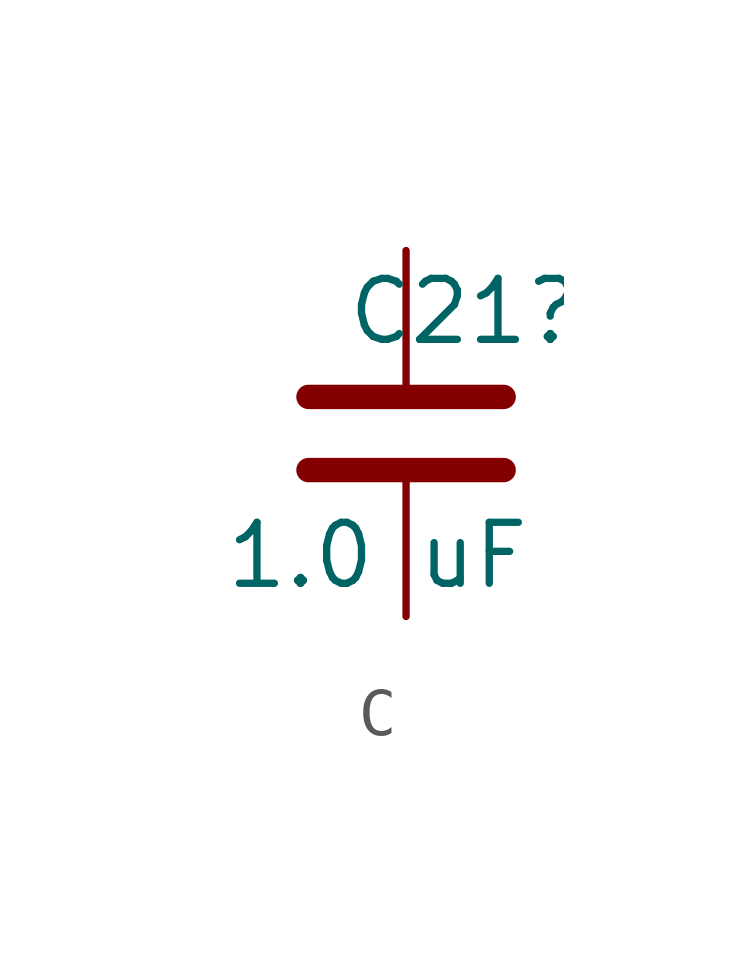
<source format=kicad_sym>
(kicad_symbol_lib
  (version 20220914)
  (generator kicad_symbol_editor)
  (symbol "C"
    (pin_numbers hide)
    (pin_names
      (offset 0.254))
    (property "Reference" "C21"
      (at -1.27 2.54 0)
      (effects (font (size 1.27 1.27)) (justify left)))
    (property "Value" "1.0 uF"
      (at -3.81 -2.54 0)
      (effects (font (size 1.27 1.27)) (justify left)))
    (symbol "C_0_1"
      (polyline (pts (xy -2.032 -0.762) (xy 2.032 -0.762)) (stroke (width 0.508) (type solid)) (fill (type none)))
      (polyline (pts (xy -2.032 0.762) (xy 2.032 0.762)) (stroke (width 0.508) (type solid)) (fill (type none))))
    (symbol "C_1_1"
      (pin passive line (at 0 3.81 270) (length 2.794) (name "~" (effects (font (size 1.27 1.27)))) (number "1" (effects (font (size 1.27 1.27)))))
      (pin passive line (at 0 -3.81 90) (length 2.794) (name "~" (effects (font (size 1.27 1.27)))) (number "2" (effects (font (size 1.27 1.27))))))))
</source>
